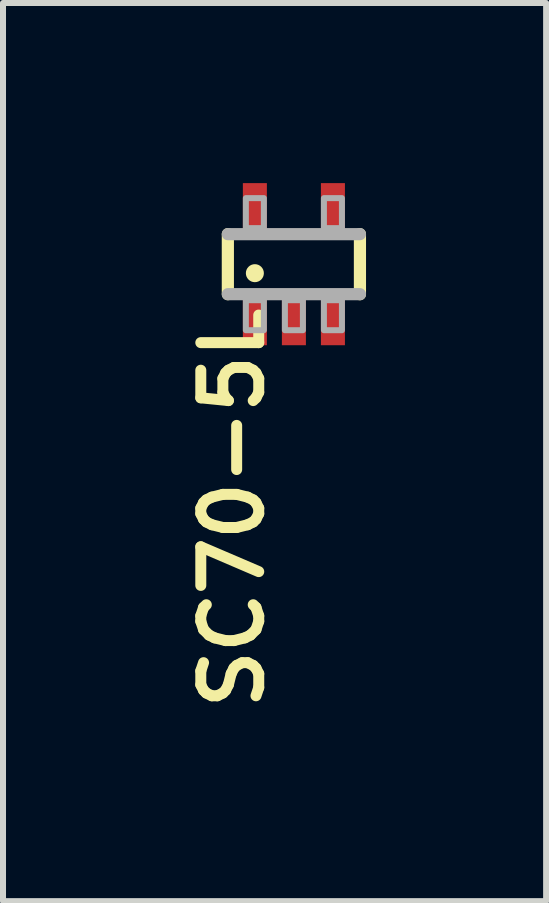
<source format=kicad_pcb>
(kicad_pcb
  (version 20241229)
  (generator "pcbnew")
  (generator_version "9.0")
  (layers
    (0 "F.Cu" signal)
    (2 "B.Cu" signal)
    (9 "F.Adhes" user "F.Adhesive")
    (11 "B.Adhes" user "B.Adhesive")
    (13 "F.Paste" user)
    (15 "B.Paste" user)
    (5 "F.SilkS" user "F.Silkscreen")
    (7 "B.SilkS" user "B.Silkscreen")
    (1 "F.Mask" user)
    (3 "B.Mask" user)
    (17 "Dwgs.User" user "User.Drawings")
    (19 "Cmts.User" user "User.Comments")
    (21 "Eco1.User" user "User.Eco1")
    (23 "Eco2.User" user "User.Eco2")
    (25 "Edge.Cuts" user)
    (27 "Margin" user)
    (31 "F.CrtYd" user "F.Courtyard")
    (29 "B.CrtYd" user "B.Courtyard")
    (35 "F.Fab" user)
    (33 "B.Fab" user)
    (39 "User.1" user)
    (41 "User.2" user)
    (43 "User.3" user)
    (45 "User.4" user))
  (footprint "SC70-5L"
    (layer "F.Cu")
    (at 1.845 1.35)
    (property "Reference" "SC70-5L" (at -1.587 0.635 90) (layer "F.SilkS") (effects (font (size 0.965 0.965) (thickness 0.183)) (justify right top)))
    (attr through_hole)
    (fp_line (start -1.1 0.5) (end -1.1 -0.5) (stroke (width 0.203) (type solid)) (layer "F.SilkS"))
    (fp_line (start 1.1 -0.5) (end 1.1 0.5) (stroke (width 0.203) (type solid)) (layer "F.SilkS"))
    (fp_circle (center -0.65 0.15) (end -0.5 0.15) (stroke (width 0) (type solid)) (fill yes) (layer "F.SilkS"))
    (fp_line (start -1.1 -0.5) (end 1.1 -0.5) (stroke (width 0.203) (type solid)) (layer "F.Fab"))
    (fp_line (start 1.1 0.5) (end -1.1 0.5) (stroke (width 0.203) (type solid)) (layer "F.Fab"))
    (fp_poly (pts (xy -0.8 -0.6) (xy -0.5 -0.6) (xy -0.5 -1.1) (xy -0.8 -1.1)) (stroke (width 0.1) (type solid)) (fill no) (layer "F.Fab"))
    (fp_poly (pts (xy -0.8 1.1) (xy -0.5 1.1) (xy -0.5 0.6) (xy -0.8 0.6)) (stroke (width 0.1) (type solid)) (fill no) (layer "F.Fab"))
    (fp_poly (pts (xy -0.15 1.1) (xy 0.15 1.1) (xy 0.15 0.6) (xy -0.15 0.6)) (stroke (width 0.1) (type solid)) (fill no) (layer "F.Fab"))
    (fp_poly (pts (xy 0.5 -0.6) (xy 0.8 -0.6) (xy 0.8 -1.1) (xy 0.5 -1.1)) (stroke (width 0.1) (type solid)) (fill no) (layer "F.Fab"))
    (fp_poly (pts (xy 0.5 1.1) (xy 0.8 1.1) (xy 0.8 0.6) (xy 0.5 0.6)) (stroke (width 0.1) (type solid)) (fill no) (layer "F.Fab"))
    (pad "1" smd rect (at -0.65 0.95) (size 0.4 0.8) (layers "F.Cu" "F.Mask" "F.Paste"))
    (pad "2" smd rect (at 0 0.95) (size 0.4 0.8) (layers "F.Cu" "F.Mask" "F.Paste"))
    (pad "3" smd rect (at 0.65 0.95) (size 0.4 0.8) (layers "F.Cu" "F.Mask" "F.Paste"))
    (pad "4" smd rect (at 0.65 -0.95) (size 0.4 0.8) (layers "F.Cu" "F.Mask" "F.Paste"))
    (pad "5" smd rect (at -0.65 -0.95) (size 0.4 0.8) (layers "F.Cu" "F.Mask" "F.Paste")))
  (gr_rect
    (start -3 -3)
    (end 6.046 11.959)
    (stroke (width 0.1) (type default))
    (fill no)
    (layer "Edge.Cuts")))
</source>
